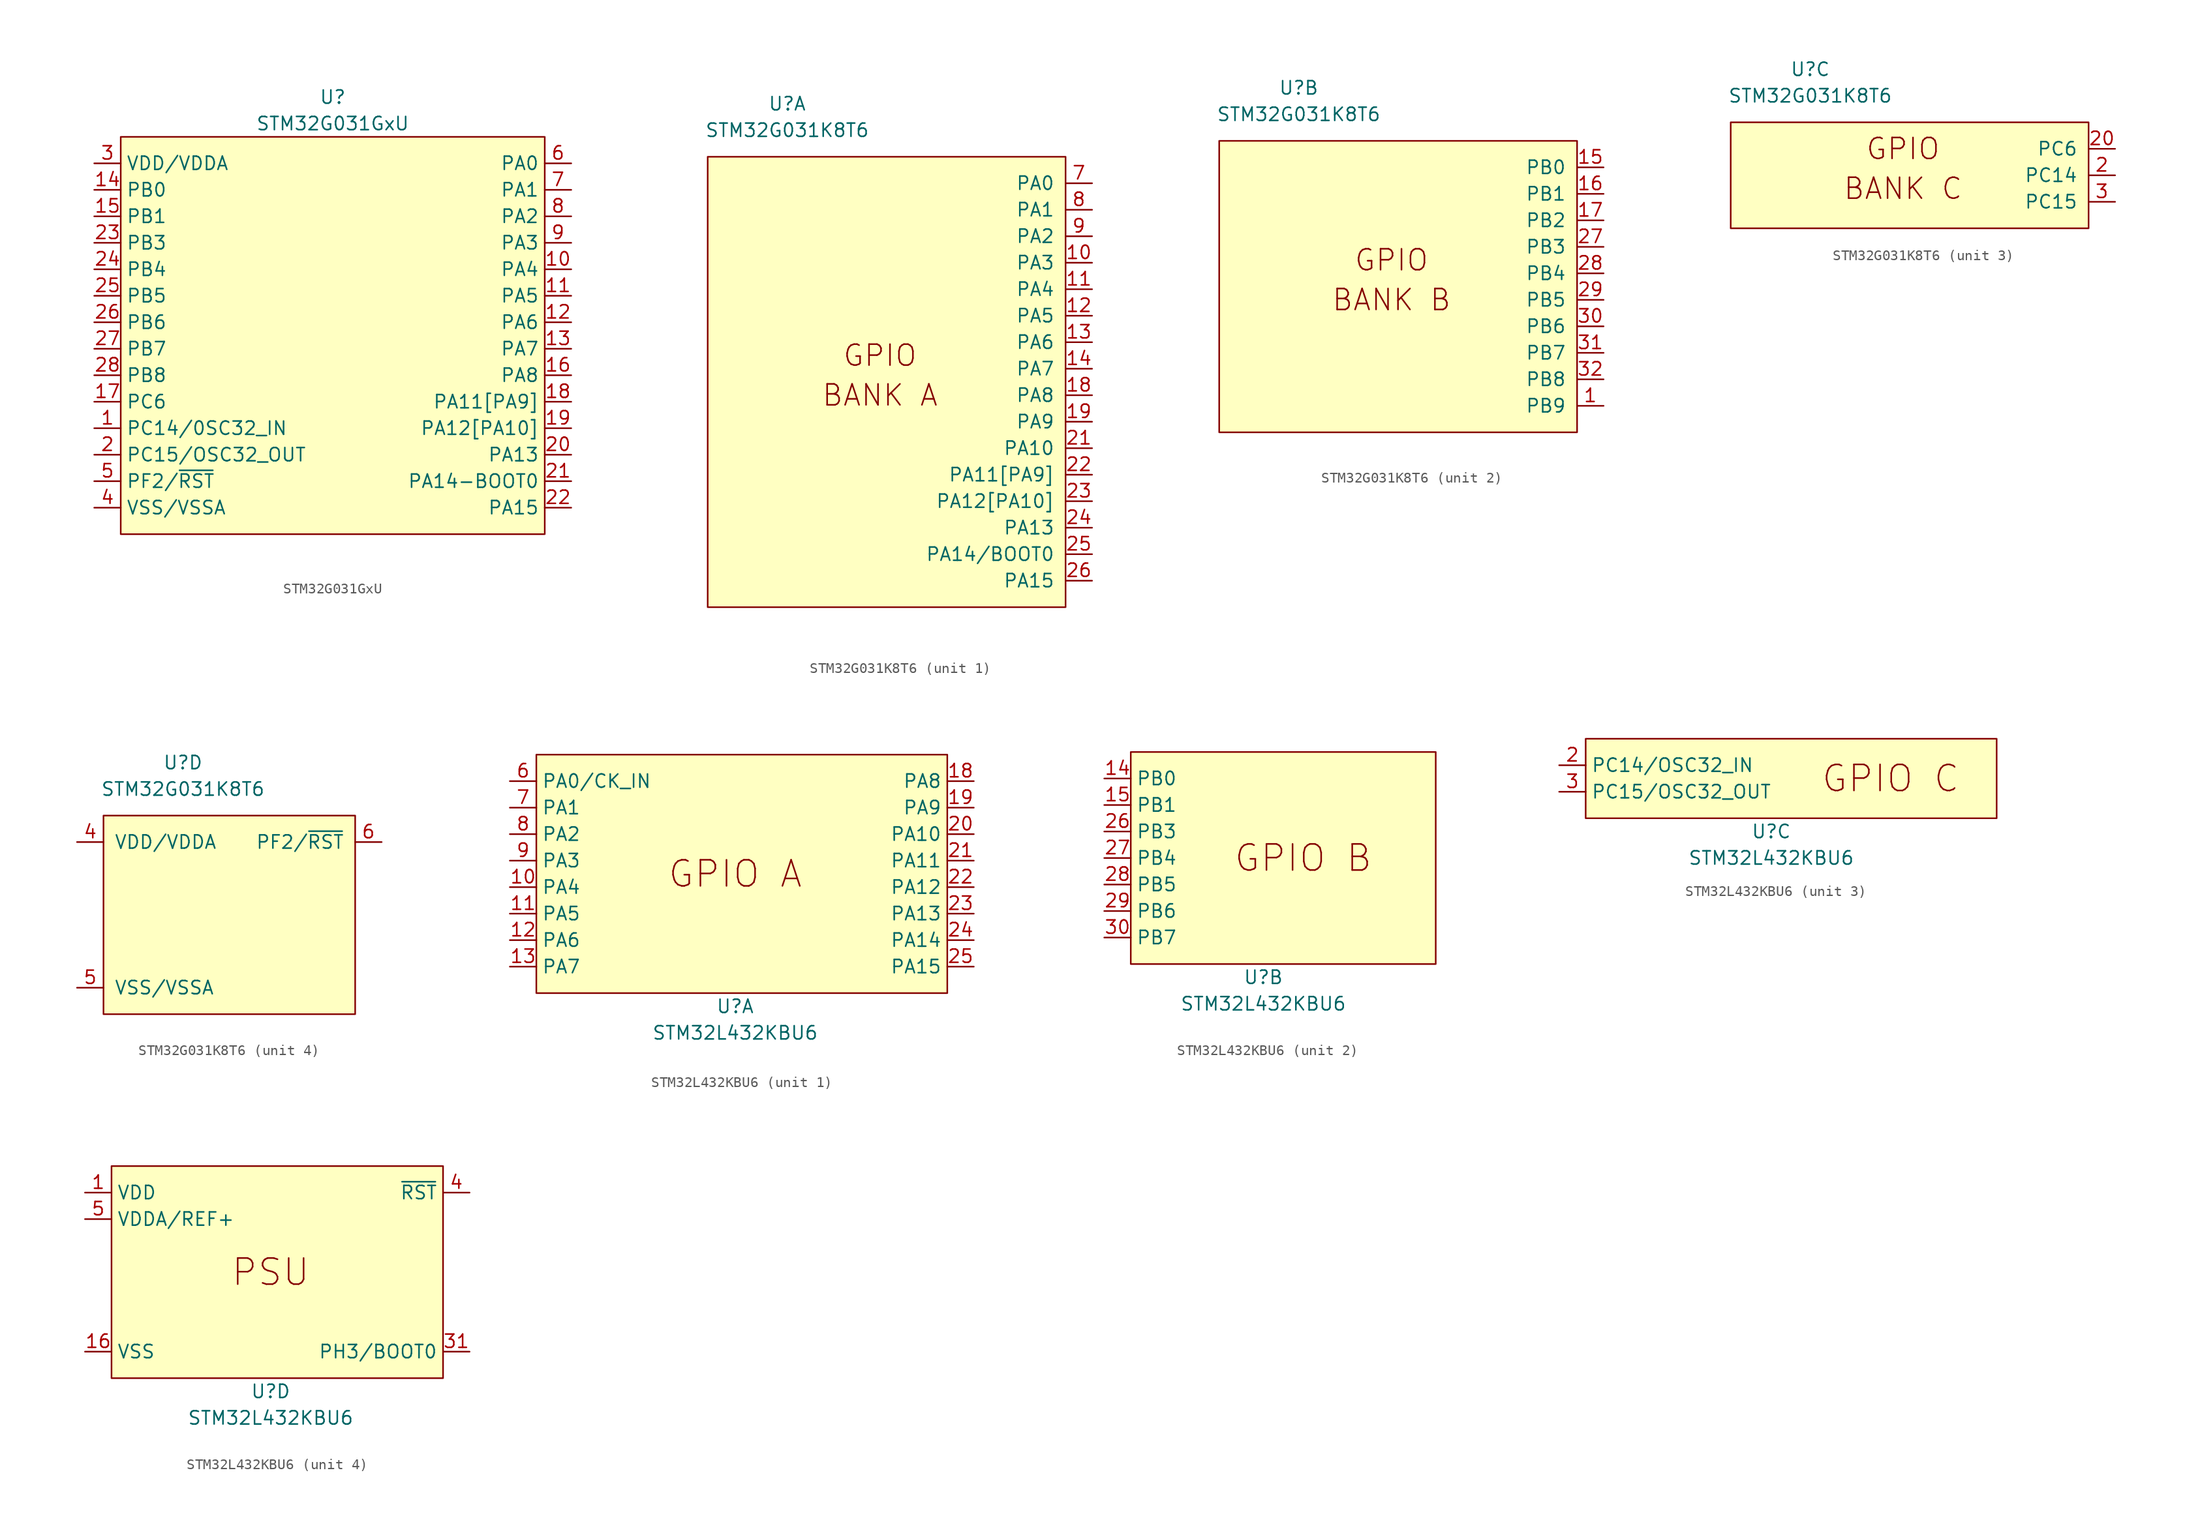
<source format=kicad_sym>
(kicad_symbol_lib
  (version 20220914)
  (generator kicad_symbol_editor)
  (symbol "STM32G031GxU"
    (property "Reference" "U"
      (at 0 41.91 0)
      (effects (font (size 1.27 1.27))))
    (property "Value" "STM32G031GxU"
      (at 0 39.37 0)
      (effects (font (size 1.27 1.27))))
    (symbol "STM32G031GxU_0_1"
      (rectangle (start -20.32 38.1) (end 20.32 0) (stroke (width 0) (type default)) (fill (type background))))
    (symbol "STM32G031GxU_1_1"
      (pin bidirectional line (at -22.86 10.16 0) (length 2.54) (name "PC14/0SC32_IN" (effects (font (size 1.27 1.27)))) (number "1" (effects (font (size 1.27 1.27)))))
      (pin bidirectional line (at 22.86 25.4 180) (length 2.54) (name "PA4" (effects (font (size 1.27 1.27)))) (number "10" (effects (font (size 1.27 1.27)))))
      (pin bidirectional line (at 22.86 22.86 180) (length 2.54) (name "PA5" (effects (font (size 1.27 1.27)))) (number "11" (effects (font (size 1.27 1.27)))))
      (pin bidirectional line (at 22.86 20.32 180) (length 2.54) (name "PA6" (effects (font (size 1.27 1.27)))) (number "12" (effects (font (size 1.27 1.27)))))
      (pin bidirectional line (at 22.86 17.78 180) (length 2.54) (name "PA7" (effects (font (size 1.27 1.27)))) (number "13" (effects (font (size 1.27 1.27)))))
      (pin bidirectional line (at -22.86 33.02 0) (length 2.54) (name "PB0" (effects (font (size 1.27 1.27)))) (number "14" (effects (font (size 1.27 1.27)))))
      (pin bidirectional line (at -22.86 30.48 0) (length 2.54) (name "PB1" (effects (font (size 1.27 1.27)))) (number "15" (effects (font (size 1.27 1.27)))))
      (pin bidirectional line (at 22.86 15.24 180) (length 2.54) (name "PA8" (effects (font (size 1.27 1.27)))) (number "16" (effects (font (size 1.27 1.27)))))
      (pin bidirectional line (at -22.86 12.7 0) (length 2.54) (name "PC6" (effects (font (size 1.27 1.27)))) (number "17" (effects (font (size 1.27 1.27)))))
      (pin bidirectional line (at 22.86 12.7 180) (length 2.54) (name "PA11[PA9]" (effects (font (size 1.27 1.27)))) (number "18" (effects (font (size 1.27 1.27)))))
      (pin bidirectional line (at 22.86 10.16 180) (length 2.54) (name "PA12[PA10]" (effects (font (size 1.27 1.27)))) (number "19" (effects (font (size 1.27 1.27)))))
      (pin bidirectional line (at -22.86 7.62 0) (length 2.54) (name "PC15/OSC32_OUT" (effects (font (size 1.27 1.27)))) (number "2" (effects (font (size 1.27 1.27)))))
      (pin bidirectional line (at 22.86 7.62 180) (length 2.54) (name "PA13" (effects (font (size 1.27 1.27)))) (number "20" (effects (font (size 1.27 1.27)))))
      (pin bidirectional line (at 22.86 5.08 180) (length 2.54) (name "PA14-BOOT0" (effects (font (size 1.27 1.27)))) (number "21" (effects (font (size 1.27 1.27)))))
      (pin bidirectional line (at 22.86 2.54 180) (length 2.54) (name "PA15" (effects (font (size 1.27 1.27)))) (number "22" (effects (font (size 1.27 1.27)))))
      (pin bidirectional line (at -22.86 27.94 0) (length 2.54) (name "PB3" (effects (font (size 1.27 1.27)))) (number "23" (effects (font (size 1.27 1.27)))))
      (pin bidirectional line (at -22.86 25.4 0) (length 2.54) (name "PB4" (effects (font (size 1.27 1.27)))) (number "24" (effects (font (size 1.27 1.27)))))
      (pin bidirectional line (at -22.86 22.86 0) (length 2.54) (name "PB5" (effects (font (size 1.27 1.27)))) (number "25" (effects (font (size 1.27 1.27)))))
      (pin bidirectional line (at -22.86 20.32 0) (length 2.54) (name "PB6" (effects (font (size 1.27 1.27)))) (number "26" (effects (font (size 1.27 1.27)))))
      (pin bidirectional line (at -22.86 17.78 0) (length 2.54) (name "PB7" (effects (font (size 1.27 1.27)))) (number "27" (effects (font (size 1.27 1.27)))))
      (pin bidirectional line (at -22.86 15.24 0) (length 2.54) (name "PB8" (effects (font (size 1.27 1.27)))) (number "28" (effects (font (size 1.27 1.27)))))
      (pin power_in line (at -22.86 35.56 0) (length 2.54) (name "VDD/VDDA" (effects (font (size 1.27 1.27)))) (number "3" (effects (font (size 1.27 1.27)))))
      (pin power_in line (at -22.86 2.54 0) (length 2.54) (name "VSS/VSSA" (effects (font (size 1.27 1.27)))) (number "4" (effects (font (size 1.27 1.27)))))
      (pin bidirectional line (at -22.86 5.08 0) (length 2.54) (name "PF2/~{RST}" (effects (font (size 1.27 1.27)))) (number "5" (effects (font (size 1.27 1.27)))))
      (pin bidirectional line (at 22.86 35.56 180) (length 2.54) (name "PA0" (effects (font (size 1.27 1.27)))) (number "6" (effects (font (size 1.27 1.27)))))
      (pin bidirectional line (at 22.86 33.02 180) (length 2.54) (name "PA1" (effects (font (size 1.27 1.27)))) (number "7" (effects (font (size 1.27 1.27)))))
      (pin bidirectional line (at 22.86 30.48 180) (length 2.54) (name "PA2" (effects (font (size 1.27 1.27)))) (number "8" (effects (font (size 1.27 1.27)))))
      (pin bidirectional line (at 22.86 27.94 180) (length 2.54) (name "PA3" (effects (font (size 1.27 1.27)))) (number "9" (effects (font (size 1.27 1.27)))))))
  (symbol "STM32G031K8T6"
    (pin_names
      (offset 1.016))
    (property "Reference" "U"
      (at 7.62 5.08 0)
      (effects (font (size 1.27 1.27))))
    (property "Value" "STM32G031K8T6"
      (at 7.62 2.54 0)
      (effects (font (size 1.27 1.27))))
    (property "ki_locked" ""
      (at 0 0 0)
      (effects (font (size 1.27 1.27))))
    (symbol "STM32G031K8T6_1_0"
      (text "GPIO" (at 16.51 -19.05 0) (effects (font (size 2.007 2.007)))))
    (symbol "STM32G031K8T6_1_1"
      (rectangle (start 0 0) (end 34.29 -43.18) (stroke (width 0) (type default)) (fill (type background)))
      (text "BANK A" (at 16.51 -22.86 0) (effects (font (size 2.007 2.007))))
      (pin bidirectional line (at 36.83 -10.16 180) (length 2.54) (name "PA3" (effects (font (size 1.27 1.27)))) (number "10" (effects (font (size 1.27 1.27)))))
      (pin bidirectional line (at 36.83 -12.7 180) (length 2.54) (name "PA4" (effects (font (size 1.27 1.27)))) (number "11" (effects (font (size 1.27 1.27)))))
      (pin bidirectional line (at 36.83 -15.24 180) (length 2.54) (name "PA5" (effects (font (size 1.27 1.27)))) (number "12" (effects (font (size 1.27 1.27)))))
      (pin bidirectional line (at 36.83 -17.78 180) (length 2.54) (name "PA6" (effects (font (size 1.27 1.27)))) (number "13" (effects (font (size 1.27 1.27)))))
      (pin bidirectional line (at 36.83 -20.32 180) (length 2.54) (name "PA7" (effects (font (size 1.27 1.27)))) (number "14" (effects (font (size 1.27 1.27)))))
      (pin bidirectional line (at 36.83 -22.86 180) (length 2.54) (name "PA8" (effects (font (size 1.27 1.27)))) (number "18" (effects (font (size 1.27 1.27)))))
      (pin bidirectional line (at 36.83 -25.4 180) (length 2.54) (name "PA9" (effects (font (size 1.27 1.27)))) (number "19" (effects (font (size 1.27 1.27)))))
      (pin bidirectional line (at 36.83 -27.94 180) (length 2.54) (name "PA10" (effects (font (size 1.27 1.27)))) (number "21" (effects (font (size 1.27 1.27)))))
      (pin bidirectional line (at 36.83 -30.48 180) (length 2.54) (name "PA11[PA9]" (effects (font (size 1.27 1.27)))) (number "22" (effects (font (size 1.27 1.27)))))
      (pin bidirectional line (at 36.83 -33.02 180) (length 2.54) (name "PA12[PA10]" (effects (font (size 1.27 1.27)))) (number "23" (effects (font (size 1.27 1.27)))))
      (pin bidirectional line (at 36.83 -35.56 180) (length 2.54) (name "PA13" (effects (font (size 1.27 1.27)))) (number "24" (effects (font (size 1.27 1.27)))))
      (pin bidirectional line (at 36.83 -38.1 180) (length 2.54) (name "PA14/BOOT0" (effects (font (size 1.27 1.27)))) (number "25" (effects (font (size 1.27 1.27)))))
      (pin bidirectional line (at 36.83 -40.64 180) (length 2.54) (name "PA15" (effects (font (size 1.27 1.27)))) (number "26" (effects (font (size 1.27 1.27)))))
      (pin bidirectional line (at 36.83 -2.54 180) (length 2.54) (name "PA0" (effects (font (size 1.27 1.27)))) (number "7" (effects (font (size 1.27 1.27)))))
      (pin bidirectional line (at 36.83 -5.08 180) (length 2.54) (name "PA1" (effects (font (size 1.27 1.27)))) (number "8" (effects (font (size 1.27 1.27)))))
      (pin bidirectional line (at 36.83 -7.62 180) (length 2.54) (name "PA2" (effects (font (size 1.27 1.27)))) (number "9" (effects (font (size 1.27 1.27))))))
    (symbol "STM32G031K8T6_2_1"
      (rectangle (start 0 0) (end 34.29 -27.94) (stroke (width 0) (type default)) (fill (type background)))
      (text "BANK B" (at 16.51 -15.24 0) (effects (font (size 2.007 2.007))))
      (text "GPIO" (at 16.51 -11.43 0) (effects (font (size 2.007 2.007))))
      (pin bidirectional line (at 36.83 -25.4 180) (length 2.54) (name "PB9" (effects (font (size 1.27 1.27)))) (number "1" (effects (font (size 1.27 1.27)))))
      (pin bidirectional line (at 36.83 -2.54 180) (length 2.54) (name "PB0" (effects (font (size 1.27 1.27)))) (number "15" (effects (font (size 1.27 1.27)))))
      (pin bidirectional line (at 36.83 -5.08 180) (length 2.54) (name "PB1" (effects (font (size 1.27 1.27)))) (number "16" (effects (font (size 1.27 1.27)))))
      (pin bidirectional line (at 36.83 -7.62 180) (length 2.54) (name "PB2" (effects (font (size 1.27 1.27)))) (number "17" (effects (font (size 1.27 1.27)))))
      (pin bidirectional line (at 36.83 -10.16 180) (length 2.54) (name "PB3" (effects (font (size 1.27 1.27)))) (number "27" (effects (font (size 1.27 1.27)))))
      (pin bidirectional line (at 36.83 -12.7 180) (length 2.54) (name "PB4" (effects (font (size 1.27 1.27)))) (number "28" (effects (font (size 1.27 1.27)))))
      (pin bidirectional line (at 36.83 -15.24 180) (length 2.54) (name "PB5" (effects (font (size 1.27 1.27)))) (number "29" (effects (font (size 1.27 1.27)))))
      (pin bidirectional line (at 36.83 -17.78 180) (length 2.54) (name "PB6" (effects (font (size 1.27 1.27)))) (number "30" (effects (font (size 1.27 1.27)))))
      (pin bidirectional line (at 36.83 -20.32 180) (length 2.54) (name "PB7" (effects (font (size 1.27 1.27)))) (number "31" (effects (font (size 1.27 1.27)))))
      (pin bidirectional line (at 36.83 -22.86 180) (length 2.54) (name "PB8" (effects (font (size 1.27 1.27)))) (number "32" (effects (font (size 1.27 1.27))))))
    (symbol "STM32G031K8T6_3_1"
      (rectangle (start 0 0) (end 34.29 -10.16) (stroke (width 0) (type default)) (fill (type background)))
      (text "BANK C" (at 16.51 -6.35 0) (effects (font (size 2.007 2.007))))
      (text "GPIO" (at 16.51 -2.54 0) (effects (font (size 2.007 2.007))))
      (pin bidirectional line (at 36.83 -5.08 180) (length 2.54) (name "PC14" (effects (font (size 1.27 1.27)))) (number "2" (effects (font (size 1.27 1.27)))))
      (pin bidirectional line (at 36.83 -2.54 180) (length 2.54) (name "PC6" (effects (font (size 1.27 1.27)))) (number "20" (effects (font (size 1.27 1.27)))))
      (pin bidirectional line (at 36.83 -7.62 180) (length 2.54) (name "PC15" (effects (font (size 1.27 1.27)))) (number "3" (effects (font (size 1.27 1.27))))))
    (symbol "STM32G031K8T6_4_1"
      (rectangle (start 0 0) (end 24.13 -19.05) (stroke (width 0) (type default)) (fill (type background)))
      (pin power_in line (at -2.54 -2.54 0) (length 2.54) (name "VDD/VDDA" (effects (font (size 1.27 1.27)))) (number "4" (effects (font (size 1.27 1.27)))))
      (pin passive line (at -2.54 -16.51 0) (length 2.54) (name "VSS/VSSA" (effects (font (size 1.27 1.27)))) (number "5" (effects (font (size 1.27 1.27)))))
      (pin bidirectional line (at 26.67 -2.54 180) (length 2.54) (name "PF2/~{RST}" (effects (font (size 1.27 1.27)))) (number "6" (effects (font (size 1.27 1.27)))))))
  (symbol "STM32L432KBU6"
    (property "Reference" "U"
      (at 0 -1.27 0)
      (effects (font (size 1.27 1.27))))
    (property "Value" "STM32L432KBU6"
      (at 0 -3.81 0)
      (effects (font (size 1.27 1.27))))
    (property "ki_locked" ""
      (at 0 0 0)
      (effects (font (size 1.27 1.27))))
    (symbol "STM32L432KBU6_1_1"
      (rectangle (start -19.05 22.86) (end 20.32 0) (stroke (width 0) (type default)) (fill (type background)))
      (text "GPIO A" (at 0 11.43 0) (effects (font (size 2.5 2.5))))
      (pin bidirectional line (at -21.59 10.16 0) (length 2.54) (name "PA4" (effects (font (size 1.27 1.27)))) (number "10" (effects (font (size 1.27 1.27)))))
      (pin bidirectional line (at -21.59 7.62 0) (length 2.54) (name "PA5" (effects (font (size 1.27 1.27)))) (number "11" (effects (font (size 1.27 1.27)))))
      (pin bidirectional line (at -21.59 5.08 0) (length 2.54) (name "PA6" (effects (font (size 1.27 1.27)))) (number "12" (effects (font (size 1.27 1.27)))))
      (pin bidirectional line (at -21.59 2.54 0) (length 2.54) (name "PA7" (effects (font (size 1.27 1.27)))) (number "13" (effects (font (size 1.27 1.27)))))
      (pin bidirectional line (at 22.86 20.32 180) (length 2.54) (name "PA8" (effects (font (size 1.27 1.27)))) (number "18" (effects (font (size 1.27 1.27)))))
      (pin bidirectional line (at 22.86 17.78 180) (length 2.54) (name "PA9" (effects (font (size 1.27 1.27)))) (number "19" (effects (font (size 1.27 1.27)))))
      (pin bidirectional line (at 22.86 15.24 180) (length 2.54) (name "PA10" (effects (font (size 1.27 1.27)))) (number "20" (effects (font (size 1.27 1.27)))))
      (pin bidirectional line (at 22.86 12.7 180) (length 2.54) (name "PA11" (effects (font (size 1.27 1.27)))) (number "21" (effects (font (size 1.27 1.27)))))
      (pin bidirectional line (at 22.86 10.16 180) (length 2.54) (name "PA12" (effects (font (size 1.27 1.27)))) (number "22" (effects (font (size 1.27 1.27)))))
      (pin bidirectional line (at 22.86 7.62 180) (length 2.54) (name "PA13" (effects (font (size 1.27 1.27)))) (number "23" (effects (font (size 1.27 1.27)))))
      (pin bidirectional line (at 22.86 5.08 180) (length 2.54) (name "PA14" (effects (font (size 1.27 1.27)))) (number "24" (effects (font (size 1.27 1.27)))))
      (pin bidirectional line (at 22.86 2.54 180) (length 2.54) (name "PA15" (effects (font (size 1.27 1.27)))) (number "25" (effects (font (size 1.27 1.27)))))
      (pin bidirectional line (at -21.59 20.32 0) (length 2.54) (name "PA0/CK_IN" (effects (font (size 1.27 1.27)))) (number "6" (effects (font (size 1.27 1.27)))))
      (pin bidirectional line (at -21.59 17.78 0) (length 2.54) (name "PA1" (effects (font (size 1.27 1.27)))) (number "7" (effects (font (size 1.27 1.27)))))
      (pin bidirectional line (at -21.59 15.24 0) (length 2.54) (name "PA2" (effects (font (size 1.27 1.27)))) (number "8" (effects (font (size 1.27 1.27)))))
      (pin bidirectional line (at -21.59 12.7 0) (length 2.54) (name "PA3" (effects (font (size 1.27 1.27)))) (number "9" (effects (font (size 1.27 1.27))))))
    (symbol "STM32L432KBU6_2_1"
      (rectangle (start -12.7 20.32) (end 16.51 0) (stroke (width 0) (type default)) (fill (type background)))
      (text "GPIO B" (at 3.81 10.16 0) (effects (font (size 2.5 2.5))))
      (pin bidirectional line (at -15.24 17.78 0) (length 2.54) (name "PB0" (effects (font (size 1.27 1.27)))) (number "14" (effects (font (size 1.27 1.27)))))
      (pin bidirectional line (at -15.24 15.24 0) (length 2.54) (name "PB1" (effects (font (size 1.27 1.27)))) (number "15" (effects (font (size 1.27 1.27)))))
      (pin bidirectional line (at -15.24 12.7 0) (length 2.54) (name "PB3" (effects (font (size 1.27 1.27)))) (number "26" (effects (font (size 1.27 1.27)))))
      (pin bidirectional line (at -15.24 10.16 0) (length 2.54) (name "PB4" (effects (font (size 1.27 1.27)))) (number "27" (effects (font (size 1.27 1.27)))))
      (pin bidirectional line (at -15.24 7.62 0) (length 2.54) (name "PB5" (effects (font (size 1.27 1.27)))) (number "28" (effects (font (size 1.27 1.27)))))
      (pin bidirectional line (at -15.24 5.08 0) (length 2.54) (name "PB6" (effects (font (size 1.27 1.27)))) (number "29" (effects (font (size 1.27 1.27)))))
      (pin bidirectional line (at -15.24 2.54 0) (length 2.54) (name "PB7" (effects (font (size 1.27 1.27)))) (number "30" (effects (font (size 1.27 1.27))))))
    (symbol "STM32L432KBU6_3_1"
      (rectangle (start -17.78 7.62) (end 21.59 0) (stroke (width 0) (type default)) (fill (type background)))
      (text "GPIO C" (at 11.43 3.81 0) (effects (font (size 2.5 2.5))))
      (pin bidirectional line (at -20.32 5.08 0) (length 2.54) (name "PC14/OSC32_IN" (effects (font (size 1.27 1.27)))) (number "2" (effects (font (size 1.27 1.27)))))
      (pin bidirectional line (at -20.32 2.54 0) (length 2.54) (name "PC15/OSC32_OUT" (effects (font (size 1.27 1.27)))) (number "3" (effects (font (size 1.27 1.27))))))
    (symbol "STM32L432KBU6_4_1"
      (rectangle (start -15.24 20.32) (end 16.51 0) (stroke (width 0) (type default)) (fill (type background)))
      (text "PSU" (at 0 10.16 0) (effects (font (size 2.5 2.5))))
      (pin power_in line (at -17.78 17.78 0) (length 2.54) (name "VDD" (effects (font (size 1.27 1.27)))) (number "1" (effects (font (size 1.27 1.27)))))
      (pin bidirectional line (at -17.78 2.54 0) (length 2.54) (name "VSS" (effects (font (size 1.27 1.27)))) (number "16" (effects (font (size 1.27 1.27)))))
      (pin power_in line (at -17.78 17.78 0) (length 2.54) hide (name "VDD" (effects (font (size 1.27 1.27)))) (number "17" (effects (font (size 1.27 1.27)))))
      (pin bidirectional line (at 19.05 2.54 180) (length 2.54) (name "PH3/BOOT0" (effects (font (size 1.27 1.27)))) (number "31" (effects (font (size 1.27 1.27)))))
      (pin power_in line (at -17.78 2.54 0) (length 2.54) hide (name "VSS" (effects (font (size 1.27 1.27)))) (number "32" (effects (font (size 1.27 1.27)))))
      (pin passive line (at -17.78 2.54 0) (length 2.54) hide (name "PAD" (effects (font (size 1.27 1.27)))) (number "33" (effects (font (size 1.27 1.27)))))
      (pin bidirectional line (at 19.05 17.78 180) (length 2.54) (name "~{RST}" (effects (font (size 1.27 1.27)))) (number "4" (effects (font (size 1.27 1.27)))))
      (pin power_in line (at -17.78 15.24 0) (length 2.54) (name "VDDA/REF+" (effects (font (size 1.27 1.27)))) (number "5" (effects (font (size 1.27 1.27))))))))
</source>
